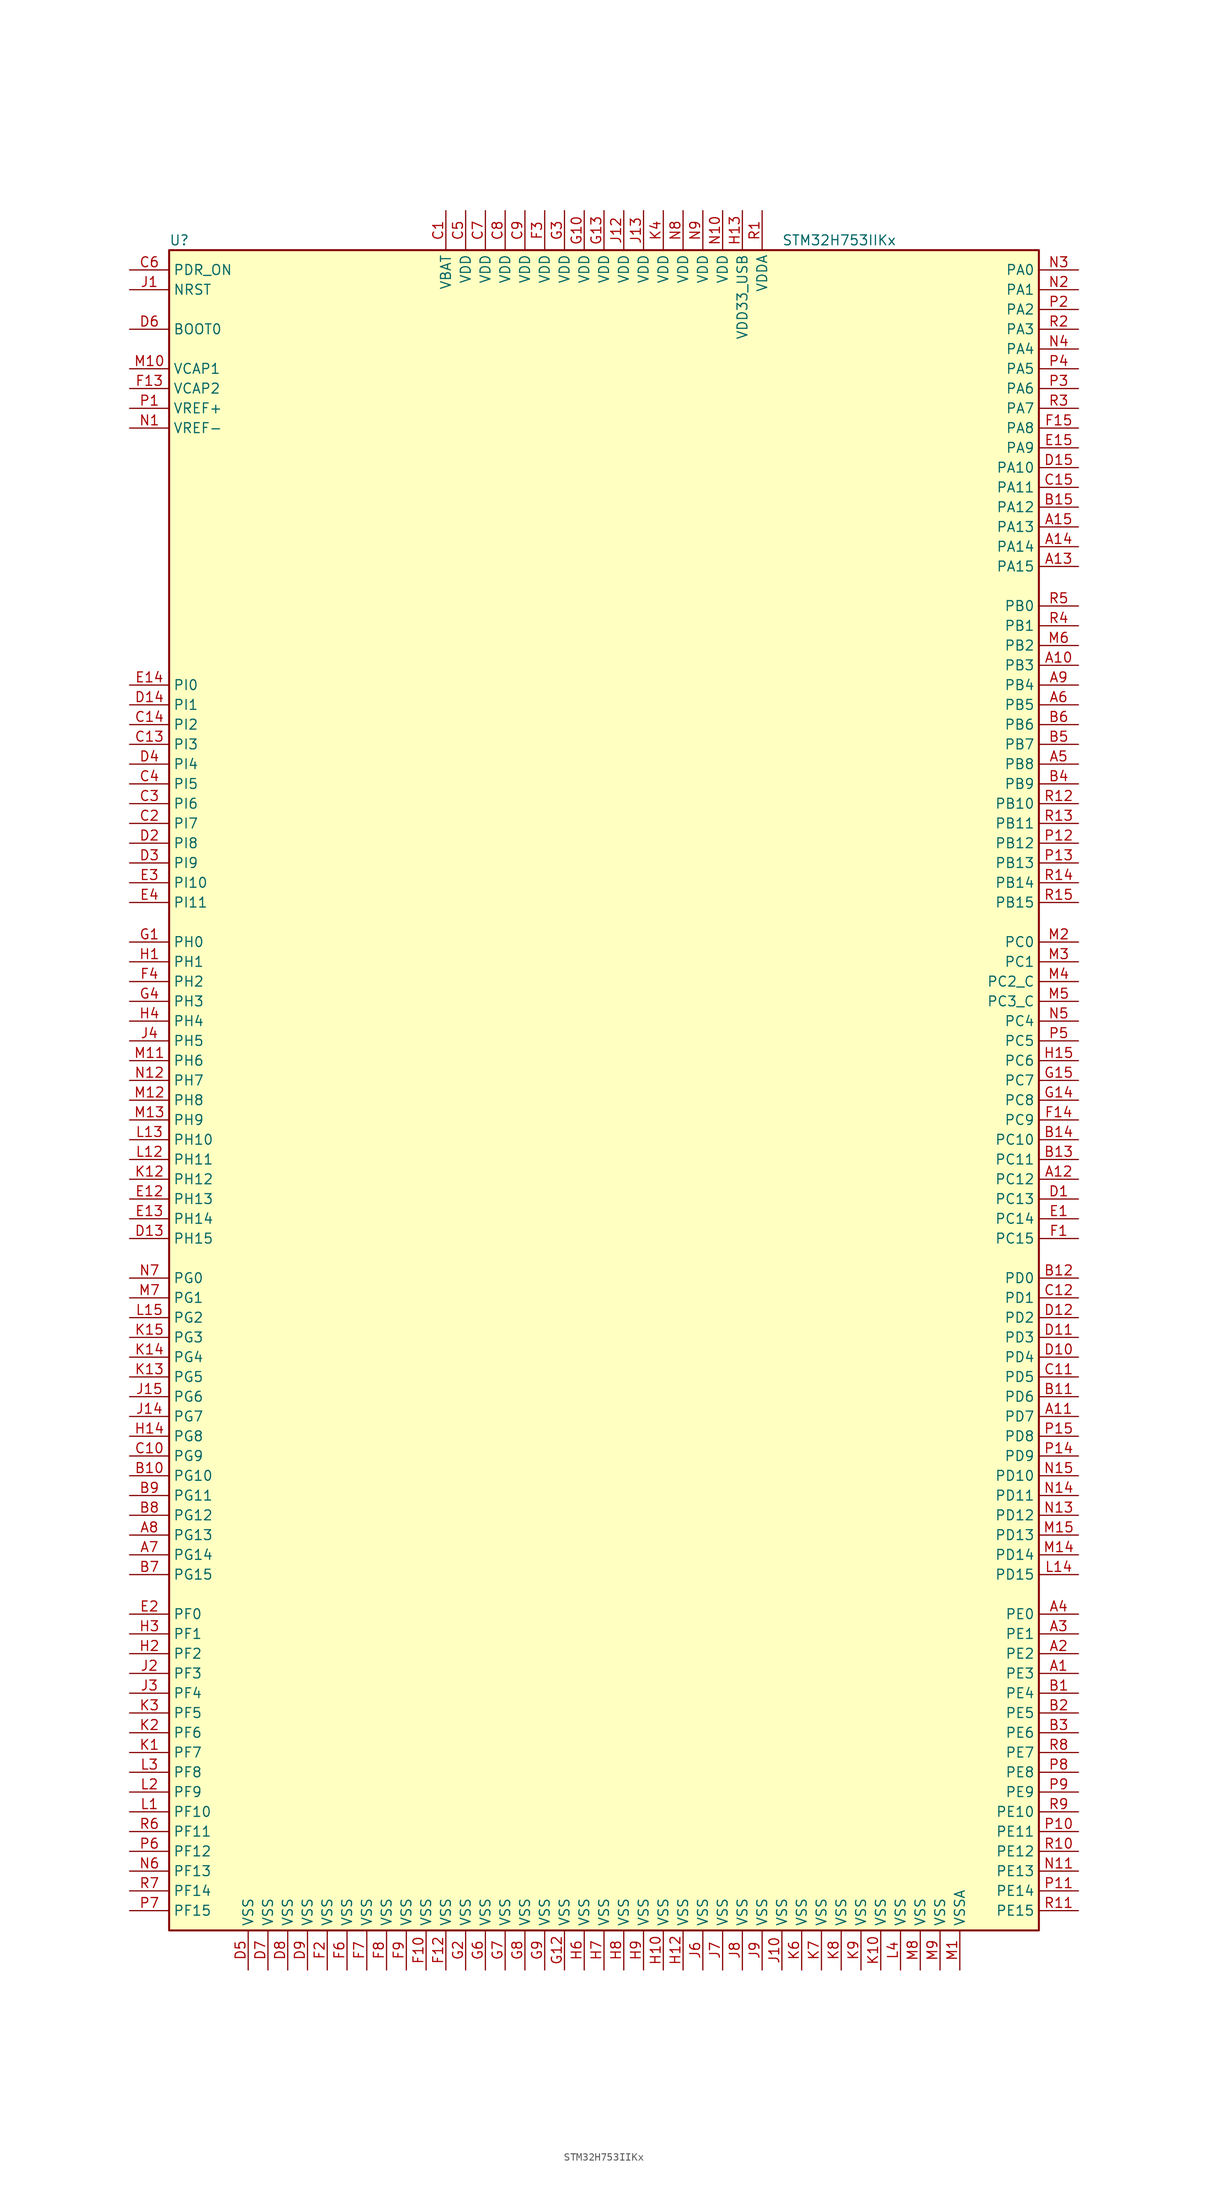
<source format=kicad_sym>
(kicad_symbol_lib
  (version 20201005)
  (generator kicad_symbol_editor)
  (symbol "STM32H753IIKx"
    (property "Reference" "U"
      (at -55.88 107.95 0)
      (effects (font (size 1.27 1.27)) (justify left)))
    (property "Value" "STM32H753IIKx"
      (at 22.86 107.95 0)
      (effects (font (size 1.27 1.27)) (justify left)))
    (symbol "STM32H753IIKx_0_1"
      (rectangle (start -55.88 -109.22) (end 55.88 106.68) (stroke (width 0.254)) (fill (type background))))
    (symbol "STM32H753IIKx_1_1"
      (pin bidirectional line (at 60.96 -76.2 180) (length 5.08) (name "PE3" (effects (font (size 1.27 1.27)))) (number "A1" (effects (font (size 1.27 1.27)))))
      (pin bidirectional line (at 60.96 53.34 180) (length 5.08) (name "PB3" (effects (font (size 1.27 1.27)))) (number "A10" (effects (font (size 1.27 1.27)))))
      (pin bidirectional line (at 60.96 -43.18 180) (length 5.08) (name "PD7" (effects (font (size 1.27 1.27)))) (number "A11" (effects (font (size 1.27 1.27)))))
      (pin bidirectional line (at 60.96 -12.7 180) (length 5.08) (name "PC12" (effects (font (size 1.27 1.27)))) (number "A12" (effects (font (size 1.27 1.27)))))
      (pin bidirectional line (at 60.96 66.04 180) (length 5.08) (name "PA15" (effects (font (size 1.27 1.27)))) (number "A13" (effects (font (size 1.27 1.27)))))
      (pin bidirectional line (at 60.96 68.58 180) (length 5.08) (name "PA14" (effects (font (size 1.27 1.27)))) (number "A14" (effects (font (size 1.27 1.27)))))
      (pin bidirectional line (at 60.96 71.12 180) (length 5.08) (name "PA13" (effects (font (size 1.27 1.27)))) (number "A15" (effects (font (size 1.27 1.27)))))
      (pin bidirectional line (at 60.96 -73.66 180) (length 5.08) (name "PE2" (effects (font (size 1.27 1.27)))) (number "A2" (effects (font (size 1.27 1.27)))))
      (pin bidirectional line (at 60.96 -71.12 180) (length 5.08) (name "PE1" (effects (font (size 1.27 1.27)))) (number "A3" (effects (font (size 1.27 1.27)))))
      (pin bidirectional line (at 60.96 -68.58 180) (length 5.08) (name "PE0" (effects (font (size 1.27 1.27)))) (number "A4" (effects (font (size 1.27 1.27)))))
      (pin bidirectional line (at 60.96 40.64 180) (length 5.08) (name "PB8" (effects (font (size 1.27 1.27)))) (number "A5" (effects (font (size 1.27 1.27)))))
      (pin bidirectional line (at 60.96 48.26 180) (length 5.08) (name "PB5" (effects (font (size 1.27 1.27)))) (number "A6" (effects (font (size 1.27 1.27)))))
      (pin bidirectional line (at -60.96 -60.96 0) (length 5.08) (name "PG14" (effects (font (size 1.27 1.27)))) (number "A7" (effects (font (size 1.27 1.27)))))
      (pin bidirectional line (at -60.96 -58.42 0) (length 5.08) (name "PG13" (effects (font (size 1.27 1.27)))) (number "A8" (effects (font (size 1.27 1.27)))))
      (pin bidirectional line (at 60.96 50.8 180) (length 5.08) (name "PB4" (effects (font (size 1.27 1.27)))) (number "A9" (effects (font (size 1.27 1.27)))))
      (pin bidirectional line (at 60.96 -78.74 180) (length 5.08) (name "PE4" (effects (font (size 1.27 1.27)))) (number "B1" (effects (font (size 1.27 1.27)))))
      (pin bidirectional line (at -60.96 -50.8 0) (length 5.08) (name "PG10" (effects (font (size 1.27 1.27)))) (number "B10" (effects (font (size 1.27 1.27)))))
      (pin bidirectional line (at 60.96 -40.64 180) (length 5.08) (name "PD6" (effects (font (size 1.27 1.27)))) (number "B11" (effects (font (size 1.27 1.27)))))
      (pin bidirectional line (at 60.96 -25.4 180) (length 5.08) (name "PD0" (effects (font (size 1.27 1.27)))) (number "B12" (effects (font (size 1.27 1.27)))))
      (pin bidirectional line (at 60.96 -10.16 180) (length 5.08) (name "PC11" (effects (font (size 1.27 1.27)))) (number "B13" (effects (font (size 1.27 1.27)))))
      (pin bidirectional line (at 60.96 -7.62 180) (length 5.08) (name "PC10" (effects (font (size 1.27 1.27)))) (number "B14" (effects (font (size 1.27 1.27)))))
      (pin bidirectional line (at 60.96 73.66 180) (length 5.08) (name "PA12" (effects (font (size 1.27 1.27)))) (number "B15" (effects (font (size 1.27 1.27)))))
      (pin bidirectional line (at 60.96 -81.28 180) (length 5.08) (name "PE5" (effects (font (size 1.27 1.27)))) (number "B2" (effects (font (size 1.27 1.27)))))
      (pin bidirectional line (at 60.96 -83.82 180) (length 5.08) (name "PE6" (effects (font (size 1.27 1.27)))) (number "B3" (effects (font (size 1.27 1.27)))))
      (pin bidirectional line (at 60.96 38.1 180) (length 5.08) (name "PB9" (effects (font (size 1.27 1.27)))) (number "B4" (effects (font (size 1.27 1.27)))))
      (pin bidirectional line (at 60.96 43.18 180) (length 5.08) (name "PB7" (effects (font (size 1.27 1.27)))) (number "B5" (effects (font (size 1.27 1.27)))))
      (pin bidirectional line (at 60.96 45.72 180) (length 5.08) (name "PB6" (effects (font (size 1.27 1.27)))) (number "B6" (effects (font (size 1.27 1.27)))))
      (pin bidirectional line (at -60.96 -63.5 0) (length 5.08) (name "PG15" (effects (font (size 1.27 1.27)))) (number "B7" (effects (font (size 1.27 1.27)))))
      (pin bidirectional line (at -60.96 -55.88 0) (length 5.08) (name "PG12" (effects (font (size 1.27 1.27)))) (number "B8" (effects (font (size 1.27 1.27)))))
      (pin bidirectional line (at -60.96 -53.34 0) (length 5.08) (name "PG11" (effects (font (size 1.27 1.27)))) (number "B9" (effects (font (size 1.27 1.27)))))
      (pin power_in line (at -20.32 111.76 270) (length 5.08) (name "VBAT" (effects (font (size 1.27 1.27)))) (number "C1" (effects (font (size 1.27 1.27)))))
      (pin bidirectional line (at -60.96 -48.26 0) (length 5.08) (name "PG9" (effects (font (size 1.27 1.27)))) (number "C10" (effects (font (size 1.27 1.27)))))
      (pin bidirectional line (at 60.96 -38.1 180) (length 5.08) (name "PD5" (effects (font (size 1.27 1.27)))) (number "C11" (effects (font (size 1.27 1.27)))))
      (pin bidirectional line (at 60.96 -27.94 180) (length 5.08) (name "PD1" (effects (font (size 1.27 1.27)))) (number "C12" (effects (font (size 1.27 1.27)))))
      (pin bidirectional line (at -60.96 43.18 0) (length 5.08) (name "PI3" (effects (font (size 1.27 1.27)))) (number "C13" (effects (font (size 1.27 1.27)))))
      (pin bidirectional line (at -60.96 45.72 0) (length 5.08) (name "PI2" (effects (font (size 1.27 1.27)))) (number "C14" (effects (font (size 1.27 1.27)))))
      (pin bidirectional line (at 60.96 76.2 180) (length 5.08) (name "PA11" (effects (font (size 1.27 1.27)))) (number "C15" (effects (font (size 1.27 1.27)))))
      (pin bidirectional line (at -60.96 33.02 0) (length 5.08) (name "PI7" (effects (font (size 1.27 1.27)))) (number "C2" (effects (font (size 1.27 1.27)))))
      (pin bidirectional line (at -60.96 35.56 0) (length 5.08) (name "PI6" (effects (font (size 1.27 1.27)))) (number "C3" (effects (font (size 1.27 1.27)))))
      (pin bidirectional line (at -60.96 38.1 0) (length 5.08) (name "PI5" (effects (font (size 1.27 1.27)))) (number "C4" (effects (font (size 1.27 1.27)))))
      (pin power_in line (at -17.78 111.76 270) (length 5.08) (name "VDD" (effects (font (size 1.27 1.27)))) (number "C5" (effects (font (size 1.27 1.27)))))
      (pin input line (at -60.96 104.14 0) (length 5.08) (name "PDR_ON" (effects (font (size 1.27 1.27)))) (number "C6" (effects (font (size 1.27 1.27)))))
      (pin power_in line (at -15.24 111.76 270) (length 5.08) (name "VDD" (effects (font (size 1.27 1.27)))) (number "C7" (effects (font (size 1.27 1.27)))))
      (pin power_in line (at -12.7 111.76 270) (length 5.08) (name "VDD" (effects (font (size 1.27 1.27)))) (number "C8" (effects (font (size 1.27 1.27)))))
      (pin power_in line (at -10.16 111.76 270) (length 5.08) (name "VDD" (effects (font (size 1.27 1.27)))) (number "C9" (effects (font (size 1.27 1.27)))))
      (pin bidirectional line (at 60.96 -15.24 180) (length 5.08) (name "PC13" (effects (font (size 1.27 1.27)))) (number "D1" (effects (font (size 1.27 1.27)))))
      (pin bidirectional line (at 60.96 -35.56 180) (length 5.08) (name "PD4" (effects (font (size 1.27 1.27)))) (number "D10" (effects (font (size 1.27 1.27)))))
      (pin bidirectional line (at 60.96 -33.02 180) (length 5.08) (name "PD3" (effects (font (size 1.27 1.27)))) (number "D11" (effects (font (size 1.27 1.27)))))
      (pin bidirectional line (at 60.96 -30.48 180) (length 5.08) (name "PD2" (effects (font (size 1.27 1.27)))) (number "D12" (effects (font (size 1.27 1.27)))))
      (pin bidirectional line (at -60.96 -20.32 0) (length 5.08) (name "PH15" (effects (font (size 1.27 1.27)))) (number "D13" (effects (font (size 1.27 1.27)))))
      (pin bidirectional line (at -60.96 48.26 0) (length 5.08) (name "PI1" (effects (font (size 1.27 1.27)))) (number "D14" (effects (font (size 1.27 1.27)))))
      (pin bidirectional line (at 60.96 78.74 180) (length 5.08) (name "PA10" (effects (font (size 1.27 1.27)))) (number "D15" (effects (font (size 1.27 1.27)))))
      (pin bidirectional line (at -60.96 30.48 0) (length 5.08) (name "PI8" (effects (font (size 1.27 1.27)))) (number "D2" (effects (font (size 1.27 1.27)))))
      (pin bidirectional line (at -60.96 27.94 0) (length 5.08) (name "PI9" (effects (font (size 1.27 1.27)))) (number "D3" (effects (font (size 1.27 1.27)))))
      (pin bidirectional line (at -60.96 40.64 0) (length 5.08) (name "PI4" (effects (font (size 1.27 1.27)))) (number "D4" (effects (font (size 1.27 1.27)))))
      (pin power_in line (at -45.72 -114.3 90) (length 5.08) (name "VSS" (effects (font (size 1.27 1.27)))) (number "D5" (effects (font (size 1.27 1.27)))))
      (pin input line (at -60.96 96.52 0) (length 5.08) (name "BOOT0" (effects (font (size 1.27 1.27)))) (number "D6" (effects (font (size 1.27 1.27)))))
      (pin power_in line (at -43.18 -114.3 90) (length 5.08) (name "VSS" (effects (font (size 1.27 1.27)))) (number "D7" (effects (font (size 1.27 1.27)))))
      (pin power_in line (at -40.64 -114.3 90) (length 5.08) (name "VSS" (effects (font (size 1.27 1.27)))) (number "D8" (effects (font (size 1.27 1.27)))))
      (pin power_in line (at -38.1 -114.3 90) (length 5.08) (name "VSS" (effects (font (size 1.27 1.27)))) (number "D9" (effects (font (size 1.27 1.27)))))
      (pin bidirectional line (at 60.96 -17.78 180) (length 5.08) (name "PC14" (effects (font (size 1.27 1.27)))) (number "E1" (effects (font (size 1.27 1.27)))))
      (pin bidirectional line (at -60.96 -15.24 0) (length 5.08) (name "PH13" (effects (font (size 1.27 1.27)))) (number "E12" (effects (font (size 1.27 1.27)))))
      (pin bidirectional line (at -60.96 -17.78 0) (length 5.08) (name "PH14" (effects (font (size 1.27 1.27)))) (number "E13" (effects (font (size 1.27 1.27)))))
      (pin bidirectional line (at -60.96 50.8 0) (length 5.08) (name "PI0" (effects (font (size 1.27 1.27)))) (number "E14" (effects (font (size 1.27 1.27)))))
      (pin bidirectional line (at 60.96 81.28 180) (length 5.08) (name "PA9" (effects (font (size 1.27 1.27)))) (number "E15" (effects (font (size 1.27 1.27)))))
      (pin bidirectional line (at -60.96 -68.58 0) (length 5.08) (name "PF0" (effects (font (size 1.27 1.27)))) (number "E2" (effects (font (size 1.27 1.27)))))
      (pin bidirectional line (at -60.96 25.4 0) (length 5.08) (name "PI10" (effects (font (size 1.27 1.27)))) (number "E3" (effects (font (size 1.27 1.27)))))
      (pin bidirectional line (at -60.96 22.86 0) (length 5.08) (name "PI11" (effects (font (size 1.27 1.27)))) (number "E4" (effects (font (size 1.27 1.27)))))
      (pin bidirectional line (at 60.96 -20.32 180) (length 5.08) (name "PC15" (effects (font (size 1.27 1.27)))) (number "F1" (effects (font (size 1.27 1.27)))))
      (pin power_in line (at -22.86 -114.3 90) (length 5.08) (name "VSS" (effects (font (size 1.27 1.27)))) (number "F10" (effects (font (size 1.27 1.27)))))
      (pin power_in line (at -20.32 -114.3 90) (length 5.08) (name "VSS" (effects (font (size 1.27 1.27)))) (number "F12" (effects (font (size 1.27 1.27)))))
      (pin power_in line (at -60.96 88.9 0) (length 5.08) (name "VCAP2" (effects (font (size 1.27 1.27)))) (number "F13" (effects (font (size 1.27 1.27)))))
      (pin bidirectional line (at 60.96 -5.08 180) (length 5.08) (name "PC9" (effects (font (size 1.27 1.27)))) (number "F14" (effects (font (size 1.27 1.27)))))
      (pin bidirectional line (at 60.96 83.82 180) (length 5.08) (name "PA8" (effects (font (size 1.27 1.27)))) (number "F15" (effects (font (size 1.27 1.27)))))
      (pin power_in line (at -35.56 -114.3 90) (length 5.08) (name "VSS" (effects (font (size 1.27 1.27)))) (number "F2" (effects (font (size 1.27 1.27)))))
      (pin power_in line (at -7.62 111.76 270) (length 5.08) (name "VDD" (effects (font (size 1.27 1.27)))) (number "F3" (effects (font (size 1.27 1.27)))))
      (pin bidirectional line (at -60.96 12.7 0) (length 5.08) (name "PH2" (effects (font (size 1.27 1.27)))) (number "F4" (effects (font (size 1.27 1.27)))))
      (pin power_in line (at -33.02 -114.3 90) (length 5.08) (name "VSS" (effects (font (size 1.27 1.27)))) (number "F6" (effects (font (size 1.27 1.27)))))
      (pin power_in line (at -30.48 -114.3 90) (length 5.08) (name "VSS" (effects (font (size 1.27 1.27)))) (number "F7" (effects (font (size 1.27 1.27)))))
      (pin power_in line (at -27.94 -114.3 90) (length 5.08) (name "VSS" (effects (font (size 1.27 1.27)))) (number "F8" (effects (font (size 1.27 1.27)))))
      (pin power_in line (at -25.4 -114.3 90) (length 5.08) (name "VSS" (effects (font (size 1.27 1.27)))) (number "F9" (effects (font (size 1.27 1.27)))))
      (pin input line (at -60.96 17.78 0) (length 5.08) (name "PH0" (effects (font (size 1.27 1.27)))) (number "G1" (effects (font (size 1.27 1.27)))))
      (pin power_in line (at -2.54 111.76 270) (length 5.08) (name "VDD" (effects (font (size 1.27 1.27)))) (number "G10" (effects (font (size 1.27 1.27)))))
      (pin power_in line (at -5.08 -114.3 90) (length 5.08) (name "VSS" (effects (font (size 1.27 1.27)))) (number "G12" (effects (font (size 1.27 1.27)))))
      (pin power_in line (at 0 111.76 270) (length 5.08) (name "VDD" (effects (font (size 1.27 1.27)))) (number "G13" (effects (font (size 1.27 1.27)))))
      (pin bidirectional line (at 60.96 -2.54 180) (length 5.08) (name "PC8" (effects (font (size 1.27 1.27)))) (number "G14" (effects (font (size 1.27 1.27)))))
      (pin bidirectional line (at 60.96 0 180) (length 5.08) (name "PC7" (effects (font (size 1.27 1.27)))) (number "G15" (effects (font (size 1.27 1.27)))))
      (pin power_in line (at -17.78 -114.3 90) (length 5.08) (name "VSS" (effects (font (size 1.27 1.27)))) (number "G2" (effects (font (size 1.27 1.27)))))
      (pin power_in line (at -5.08 111.76 270) (length 5.08) (name "VDD" (effects (font (size 1.27 1.27)))) (number "G3" (effects (font (size 1.27 1.27)))))
      (pin bidirectional line (at -60.96 10.16 0) (length 5.08) (name "PH3" (effects (font (size 1.27 1.27)))) (number "G4" (effects (font (size 1.27 1.27)))))
      (pin power_in line (at -15.24 -114.3 90) (length 5.08) (name "VSS" (effects (font (size 1.27 1.27)))) (number "G6" (effects (font (size 1.27 1.27)))))
      (pin power_in line (at -12.7 -114.3 90) (length 5.08) (name "VSS" (effects (font (size 1.27 1.27)))) (number "G7" (effects (font (size 1.27 1.27)))))
      (pin power_in line (at -10.16 -114.3 90) (length 5.08) (name "VSS" (effects (font (size 1.27 1.27)))) (number "G8" (effects (font (size 1.27 1.27)))))
      (pin power_in line (at -7.62 -114.3 90) (length 5.08) (name "VSS" (effects (font (size 1.27 1.27)))) (number "G9" (effects (font (size 1.27 1.27)))))
      (pin input line (at -60.96 15.24 0) (length 5.08) (name "PH1" (effects (font (size 1.27 1.27)))) (number "H1" (effects (font (size 1.27 1.27)))))
      (pin power_in line (at 7.62 -114.3 90) (length 5.08) (name "VSS" (effects (font (size 1.27 1.27)))) (number "H10" (effects (font (size 1.27 1.27)))))
      (pin power_in line (at 10.16 -114.3 90) (length 5.08) (name "VSS" (effects (font (size 1.27 1.27)))) (number "H12" (effects (font (size 1.27 1.27)))))
      (pin power_in line (at 17.78 111.76 270) (length 5.08) (name "VDD33_USB" (effects (font (size 1.27 1.27)))) (number "H13" (effects (font (size 1.27 1.27)))))
      (pin bidirectional line (at -60.96 -45.72 0) (length 5.08) (name "PG8" (effects (font (size 1.27 1.27)))) (number "H14" (effects (font (size 1.27 1.27)))))
      (pin bidirectional line (at 60.96 2.54 180) (length 5.08) (name "PC6" (effects (font (size 1.27 1.27)))) (number "H15" (effects (font (size 1.27 1.27)))))
      (pin bidirectional line (at -60.96 -73.66 0) (length 5.08) (name "PF2" (effects (font (size 1.27 1.27)))) (number "H2" (effects (font (size 1.27 1.27)))))
      (pin bidirectional line (at -60.96 -71.12 0) (length 5.08) (name "PF1" (effects (font (size 1.27 1.27)))) (number "H3" (effects (font (size 1.27 1.27)))))
      (pin bidirectional line (at -60.96 7.62 0) (length 5.08) (name "PH4" (effects (font (size 1.27 1.27)))) (number "H4" (effects (font (size 1.27 1.27)))))
      (pin power_in line (at -2.54 -114.3 90) (length 5.08) (name "VSS" (effects (font (size 1.27 1.27)))) (number "H6" (effects (font (size 1.27 1.27)))))
      (pin power_in line (at 0 -114.3 90) (length 5.08) (name "VSS" (effects (font (size 1.27 1.27)))) (number "H7" (effects (font (size 1.27 1.27)))))
      (pin power_in line (at 2.54 -114.3 90) (length 5.08) (name "VSS" (effects (font (size 1.27 1.27)))) (number "H8" (effects (font (size 1.27 1.27)))))
      (pin power_in line (at 5.08 -114.3 90) (length 5.08) (name "VSS" (effects (font (size 1.27 1.27)))) (number "H9" (effects (font (size 1.27 1.27)))))
      (pin input line (at -60.96 101.6 0) (length 5.08) (name "NRST" (effects (font (size 1.27 1.27)))) (number "J1" (effects (font (size 1.27 1.27)))))
      (pin power_in line (at 22.86 -114.3 90) (length 5.08) (name "VSS" (effects (font (size 1.27 1.27)))) (number "J10" (effects (font (size 1.27 1.27)))))
      (pin power_in line (at 2.54 111.76 270) (length 5.08) (name "VDD" (effects (font (size 1.27 1.27)))) (number "J12" (effects (font (size 1.27 1.27)))))
      (pin power_in line (at 5.08 111.76 270) (length 5.08) (name "VDD" (effects (font (size 1.27 1.27)))) (number "J13" (effects (font (size 1.27 1.27)))))
      (pin bidirectional line (at -60.96 -43.18 0) (length 5.08) (name "PG7" (effects (font (size 1.27 1.27)))) (number "J14" (effects (font (size 1.27 1.27)))))
      (pin bidirectional line (at -60.96 -40.64 0) (length 5.08) (name "PG6" (effects (font (size 1.27 1.27)))) (number "J15" (effects (font (size 1.27 1.27)))))
      (pin bidirectional line (at -60.96 -76.2 0) (length 5.08) (name "PF3" (effects (font (size 1.27 1.27)))) (number "J2" (effects (font (size 1.27 1.27)))))
      (pin bidirectional line (at -60.96 -78.74 0) (length 5.08) (name "PF4" (effects (font (size 1.27 1.27)))) (number "J3" (effects (font (size 1.27 1.27)))))
      (pin bidirectional line (at -60.96 5.08 0) (length 5.08) (name "PH5" (effects (font (size 1.27 1.27)))) (number "J4" (effects (font (size 1.27 1.27)))))
      (pin power_in line (at 12.7 -114.3 90) (length 5.08) (name "VSS" (effects (font (size 1.27 1.27)))) (number "J6" (effects (font (size 1.27 1.27)))))
      (pin power_in line (at 15.24 -114.3 90) (length 5.08) (name "VSS" (effects (font (size 1.27 1.27)))) (number "J7" (effects (font (size 1.27 1.27)))))
      (pin power_in line (at 17.78 -114.3 90) (length 5.08) (name "VSS" (effects (font (size 1.27 1.27)))) (number "J8" (effects (font (size 1.27 1.27)))))
      (pin power_in line (at 20.32 -114.3 90) (length 5.08) (name "VSS" (effects (font (size 1.27 1.27)))) (number "J9" (effects (font (size 1.27 1.27)))))
      (pin bidirectional line (at -60.96 -86.36 0) (length 5.08) (name "PF7" (effects (font (size 1.27 1.27)))) (number "K1" (effects (font (size 1.27 1.27)))))
      (pin power_in line (at 35.56 -114.3 90) (length 5.08) (name "VSS" (effects (font (size 1.27 1.27)))) (number "K10" (effects (font (size 1.27 1.27)))))
      (pin bidirectional line (at -60.96 -12.7 0) (length 5.08) (name "PH12" (effects (font (size 1.27 1.27)))) (number "K12" (effects (font (size 1.27 1.27)))))
      (pin bidirectional line (at -60.96 -38.1 0) (length 5.08) (name "PG5" (effects (font (size 1.27 1.27)))) (number "K13" (effects (font (size 1.27 1.27)))))
      (pin bidirectional line (at -60.96 -35.56 0) (length 5.08) (name "PG4" (effects (font (size 1.27 1.27)))) (number "K14" (effects (font (size 1.27 1.27)))))
      (pin bidirectional line (at -60.96 -33.02 0) (length 5.08) (name "PG3" (effects (font (size 1.27 1.27)))) (number "K15" (effects (font (size 1.27 1.27)))))
      (pin bidirectional line (at -60.96 -83.82 0) (length 5.08) (name "PF6" (effects (font (size 1.27 1.27)))) (number "K2" (effects (font (size 1.27 1.27)))))
      (pin bidirectional line (at -60.96 -81.28 0) (length 5.08) (name "PF5" (effects (font (size 1.27 1.27)))) (number "K3" (effects (font (size 1.27 1.27)))))
      (pin power_in line (at 7.62 111.76 270) (length 5.08) (name "VDD" (effects (font (size 1.27 1.27)))) (number "K4" (effects (font (size 1.27 1.27)))))
      (pin power_in line (at 25.4 -114.3 90) (length 5.08) (name "VSS" (effects (font (size 1.27 1.27)))) (number "K6" (effects (font (size 1.27 1.27)))))
      (pin power_in line (at 27.94 -114.3 90) (length 5.08) (name "VSS" (effects (font (size 1.27 1.27)))) (number "K7" (effects (font (size 1.27 1.27)))))
      (pin power_in line (at 30.48 -114.3 90) (length 5.08) (name "VSS" (effects (font (size 1.27 1.27)))) (number "K8" (effects (font (size 1.27 1.27)))))
      (pin power_in line (at 33.02 -114.3 90) (length 5.08) (name "VSS" (effects (font (size 1.27 1.27)))) (number "K9" (effects (font (size 1.27 1.27)))))
      (pin bidirectional line (at -60.96 -93.98 0) (length 5.08) (name "PF10" (effects (font (size 1.27 1.27)))) (number "L1" (effects (font (size 1.27 1.27)))))
      (pin bidirectional line (at -60.96 -10.16 0) (length 5.08) (name "PH11" (effects (font (size 1.27 1.27)))) (number "L12" (effects (font (size 1.27 1.27)))))
      (pin bidirectional line (at -60.96 -7.62 0) (length 5.08) (name "PH10" (effects (font (size 1.27 1.27)))) (number "L13" (effects (font (size 1.27 1.27)))))
      (pin bidirectional line (at 60.96 -63.5 180) (length 5.08) (name "PD15" (effects (font (size 1.27 1.27)))) (number "L14" (effects (font (size 1.27 1.27)))))
      (pin bidirectional line (at -60.96 -30.48 0) (length 5.08) (name "PG2" (effects (font (size 1.27 1.27)))) (number "L15" (effects (font (size 1.27 1.27)))))
      (pin bidirectional line (at -60.96 -91.44 0) (length 5.08) (name "PF9" (effects (font (size 1.27 1.27)))) (number "L2" (effects (font (size 1.27 1.27)))))
      (pin bidirectional line (at -60.96 -88.9 0) (length 5.08) (name "PF8" (effects (font (size 1.27 1.27)))) (number "L3" (effects (font (size 1.27 1.27)))))
      (pin power_in line (at 38.1 -114.3 90) (length 5.08) (name "VSS" (effects (font (size 1.27 1.27)))) (number "L4" (effects (font (size 1.27 1.27)))))
      (pin power_in line (at 45.72 -114.3 90) (length 5.08) (name "VSSA" (effects (font (size 1.27 1.27)))) (number "M1" (effects (font (size 1.27 1.27)))))
      (pin power_in line (at -60.96 91.44 0) (length 5.08) (name "VCAP1" (effects (font (size 1.27 1.27)))) (number "M10" (effects (font (size 1.27 1.27)))))
      (pin bidirectional line (at -60.96 2.54 0) (length 5.08) (name "PH6" (effects (font (size 1.27 1.27)))) (number "M11" (effects (font (size 1.27 1.27)))))
      (pin bidirectional line (at -60.96 -2.54 0) (length 5.08) (name "PH8" (effects (font (size 1.27 1.27)))) (number "M12" (effects (font (size 1.27 1.27)))))
      (pin bidirectional line (at -60.96 -5.08 0) (length 5.08) (name "PH9" (effects (font (size 1.27 1.27)))) (number "M13" (effects (font (size 1.27 1.27)))))
      (pin bidirectional line (at 60.96 -60.96 180) (length 5.08) (name "PD14" (effects (font (size 1.27 1.27)))) (number "M14" (effects (font (size 1.27 1.27)))))
      (pin bidirectional line (at 60.96 -58.42 180) (length 5.08) (name "PD13" (effects (font (size 1.27 1.27)))) (number "M15" (effects (font (size 1.27 1.27)))))
      (pin bidirectional line (at 60.96 17.78 180) (length 5.08) (name "PC0" (effects (font (size 1.27 1.27)))) (number "M2" (effects (font (size 1.27 1.27)))))
      (pin bidirectional line (at 60.96 15.24 180) (length 5.08) (name "PC1" (effects (font (size 1.27 1.27)))) (number "M3" (effects (font (size 1.27 1.27)))))
      (pin bidirectional line (at 60.96 12.7 180) (length 5.08) (name "PC2_C" (effects (font (size 1.27 1.27)))) (number "M4" (effects (font (size 1.27 1.27)))))
      (pin bidirectional line (at 60.96 10.16 180) (length 5.08) (name "PC3_C" (effects (font (size 1.27 1.27)))) (number "M5" (effects (font (size 1.27 1.27)))))
      (pin bidirectional line (at 60.96 55.88 180) (length 5.08) (name "PB2" (effects (font (size 1.27 1.27)))) (number "M6" (effects (font (size 1.27 1.27)))))
      (pin bidirectional line (at -60.96 -27.94 0) (length 5.08) (name "PG1" (effects (font (size 1.27 1.27)))) (number "M7" (effects (font (size 1.27 1.27)))))
      (pin power_in line (at 40.64 -114.3 90) (length 5.08) (name "VSS" (effects (font (size 1.27 1.27)))) (number "M8" (effects (font (size 1.27 1.27)))))
      (pin power_in line (at 43.18 -114.3 90) (length 5.08) (name "VSS" (effects (font (size 1.27 1.27)))) (number "M9" (effects (font (size 1.27 1.27)))))
      (pin power_in line (at -60.96 83.82 0) (length 5.08) (name "VREF-" (effects (font (size 1.27 1.27)))) (number "N1" (effects (font (size 1.27 1.27)))))
      (pin power_in line (at 15.24 111.76 270) (length 5.08) (name "VDD" (effects (font (size 1.27 1.27)))) (number "N10" (effects (font (size 1.27 1.27)))))
      (pin bidirectional line (at 60.96 -101.6 180) (length 5.08) (name "PE13" (effects (font (size 1.27 1.27)))) (number "N11" (effects (font (size 1.27 1.27)))))
      (pin bidirectional line (at -60.96 0 0) (length 5.08) (name "PH7" (effects (font (size 1.27 1.27)))) (number "N12" (effects (font (size 1.27 1.27)))))
      (pin bidirectional line (at 60.96 -55.88 180) (length 5.08) (name "PD12" (effects (font (size 1.27 1.27)))) (number "N13" (effects (font (size 1.27 1.27)))))
      (pin bidirectional line (at 60.96 -53.34 180) (length 5.08) (name "PD11" (effects (font (size 1.27 1.27)))) (number "N14" (effects (font (size 1.27 1.27)))))
      (pin bidirectional line (at 60.96 -50.8 180) (length 5.08) (name "PD10" (effects (font (size 1.27 1.27)))) (number "N15" (effects (font (size 1.27 1.27)))))
      (pin bidirectional line (at 60.96 101.6 180) (length 5.08) (name "PA1" (effects (font (size 1.27 1.27)))) (number "N2" (effects (font (size 1.27 1.27)))))
      (pin bidirectional line (at 60.96 104.14 180) (length 5.08) (name "PA0" (effects (font (size 1.27 1.27)))) (number "N3" (effects (font (size 1.27 1.27)))))
      (pin bidirectional line (at 60.96 93.98 180) (length 5.08) (name "PA4" (effects (font (size 1.27 1.27)))) (number "N4" (effects (font (size 1.27 1.27)))))
      (pin bidirectional line (at 60.96 7.62 180) (length 5.08) (name "PC4" (effects (font (size 1.27 1.27)))) (number "N5" (effects (font (size 1.27 1.27)))))
      (pin bidirectional line (at -60.96 -101.6 0) (length 5.08) (name "PF13" (effects (font (size 1.27 1.27)))) (number "N6" (effects (font (size 1.27 1.27)))))
      (pin bidirectional line (at -60.96 -25.4 0) (length 5.08) (name "PG0" (effects (font (size 1.27 1.27)))) (number "N7" (effects (font (size 1.27 1.27)))))
      (pin power_in line (at 10.16 111.76 270) (length 5.08) (name "VDD" (effects (font (size 1.27 1.27)))) (number "N8" (effects (font (size 1.27 1.27)))))
      (pin power_in line (at 12.7 111.76 270) (length 5.08) (name "VDD" (effects (font (size 1.27 1.27)))) (number "N9" (effects (font (size 1.27 1.27)))))
      (pin bidirectional line (at -60.96 86.36 0) (length 5.08) (name "VREF+" (effects (font (size 1.27 1.27)))) (number "P1" (effects (font (size 1.27 1.27)))))
      (pin bidirectional line (at 60.96 -96.52 180) (length 5.08) (name "PE11" (effects (font (size 1.27 1.27)))) (number "P10" (effects (font (size 1.27 1.27)))))
      (pin bidirectional line (at 60.96 -104.14 180) (length 5.08) (name "PE14" (effects (font (size 1.27 1.27)))) (number "P11" (effects (font (size 1.27 1.27)))))
      (pin bidirectional line (at 60.96 30.48 180) (length 5.08) (name "PB12" (effects (font (size 1.27 1.27)))) (number "P12" (effects (font (size 1.27 1.27)))))
      (pin bidirectional line (at 60.96 27.94 180) (length 5.08) (name "PB13" (effects (font (size 1.27 1.27)))) (number "P13" (effects (font (size 1.27 1.27)))))
      (pin bidirectional line (at 60.96 -48.26 180) (length 5.08) (name "PD9" (effects (font (size 1.27 1.27)))) (number "P14" (effects (font (size 1.27 1.27)))))
      (pin bidirectional line (at 60.96 -45.72 180) (length 5.08) (name "PD8" (effects (font (size 1.27 1.27)))) (number "P15" (effects (font (size 1.27 1.27)))))
      (pin bidirectional line (at 60.96 99.06 180) (length 5.08) (name "PA2" (effects (font (size 1.27 1.27)))) (number "P2" (effects (font (size 1.27 1.27)))))
      (pin bidirectional line (at 60.96 88.9 180) (length 5.08) (name "PA6" (effects (font (size 1.27 1.27)))) (number "P3" (effects (font (size 1.27 1.27)))))
      (pin bidirectional line (at 60.96 91.44 180) (length 5.08) (name "PA5" (effects (font (size 1.27 1.27)))) (number "P4" (effects (font (size 1.27 1.27)))))
      (pin bidirectional line (at 60.96 5.08 180) (length 5.08) (name "PC5" (effects (font (size 1.27 1.27)))) (number "P5" (effects (font (size 1.27 1.27)))))
      (pin bidirectional line (at -60.96 -99.06 0) (length 5.08) (name "PF12" (effects (font (size 1.27 1.27)))) (number "P6" (effects (font (size 1.27 1.27)))))
      (pin bidirectional line (at -60.96 -106.68 0) (length 5.08) (name "PF15" (effects (font (size 1.27 1.27)))) (number "P7" (effects (font (size 1.27 1.27)))))
      (pin bidirectional line (at 60.96 -88.9 180) (length 5.08) (name "PE8" (effects (font (size 1.27 1.27)))) (number "P8" (effects (font (size 1.27 1.27)))))
      (pin bidirectional line (at 60.96 -91.44 180) (length 5.08) (name "PE9" (effects (font (size 1.27 1.27)))) (number "P9" (effects (font (size 1.27 1.27)))))
      (pin power_in line (at 20.32 111.76 270) (length 5.08) (name "VDDA" (effects (font (size 1.27 1.27)))) (number "R1" (effects (font (size 1.27 1.27)))))
      (pin bidirectional line (at 60.96 -99.06 180) (length 5.08) (name "PE12" (effects (font (size 1.27 1.27)))) (number "R10" (effects (font (size 1.27 1.27)))))
      (pin bidirectional line (at 60.96 -106.68 180) (length 5.08) (name "PE15" (effects (font (size 1.27 1.27)))) (number "R11" (effects (font (size 1.27 1.27)))))
      (pin bidirectional line (at 60.96 35.56 180) (length 5.08) (name "PB10" (effects (font (size 1.27 1.27)))) (number "R12" (effects (font (size 1.27 1.27)))))
      (pin bidirectional line (at 60.96 33.02 180) (length 5.08) (name "PB11" (effects (font (size 1.27 1.27)))) (number "R13" (effects (font (size 1.27 1.27)))))
      (pin bidirectional line (at 60.96 25.4 180) (length 5.08) (name "PB14" (effects (font (size 1.27 1.27)))) (number "R14" (effects (font (size 1.27 1.27)))))
      (pin bidirectional line (at 60.96 22.86 180) (length 5.08) (name "PB15" (effects (font (size 1.27 1.27)))) (number "R15" (effects (font (size 1.27 1.27)))))
      (pin bidirectional line (at 60.96 96.52 180) (length 5.08) (name "PA3" (effects (font (size 1.27 1.27)))) (number "R2" (effects (font (size 1.27 1.27)))))
      (pin bidirectional line (at 60.96 86.36 180) (length 5.08) (name "PA7" (effects (font (size 1.27 1.27)))) (number "R3" (effects (font (size 1.27 1.27)))))
      (pin bidirectional line (at 60.96 58.42 180) (length 5.08) (name "PB1" (effects (font (size 1.27 1.27)))) (number "R4" (effects (font (size 1.27 1.27)))))
      (pin bidirectional line (at 60.96 60.96 180) (length 5.08) (name "PB0" (effects (font (size 1.27 1.27)))) (number "R5" (effects (font (size 1.27 1.27)))))
      (pin bidirectional line (at -60.96 -96.52 0) (length 5.08) (name "PF11" (effects (font (size 1.27 1.27)))) (number "R6" (effects (font (size 1.27 1.27)))))
      (pin bidirectional line (at -60.96 -104.14 0) (length 5.08) (name "PF14" (effects (font (size 1.27 1.27)))) (number "R7" (effects (font (size 1.27 1.27)))))
      (pin bidirectional line (at 60.96 -86.36 180) (length 5.08) (name "PE7" (effects (font (size 1.27 1.27)))) (number "R8" (effects (font (size 1.27 1.27)))))
      (pin bidirectional line (at 60.96 -93.98 180) (length 5.08) (name "PE10" (effects (font (size 1.27 1.27)))) (number "R9" (effects (font (size 1.27 1.27))))))))
</source>
